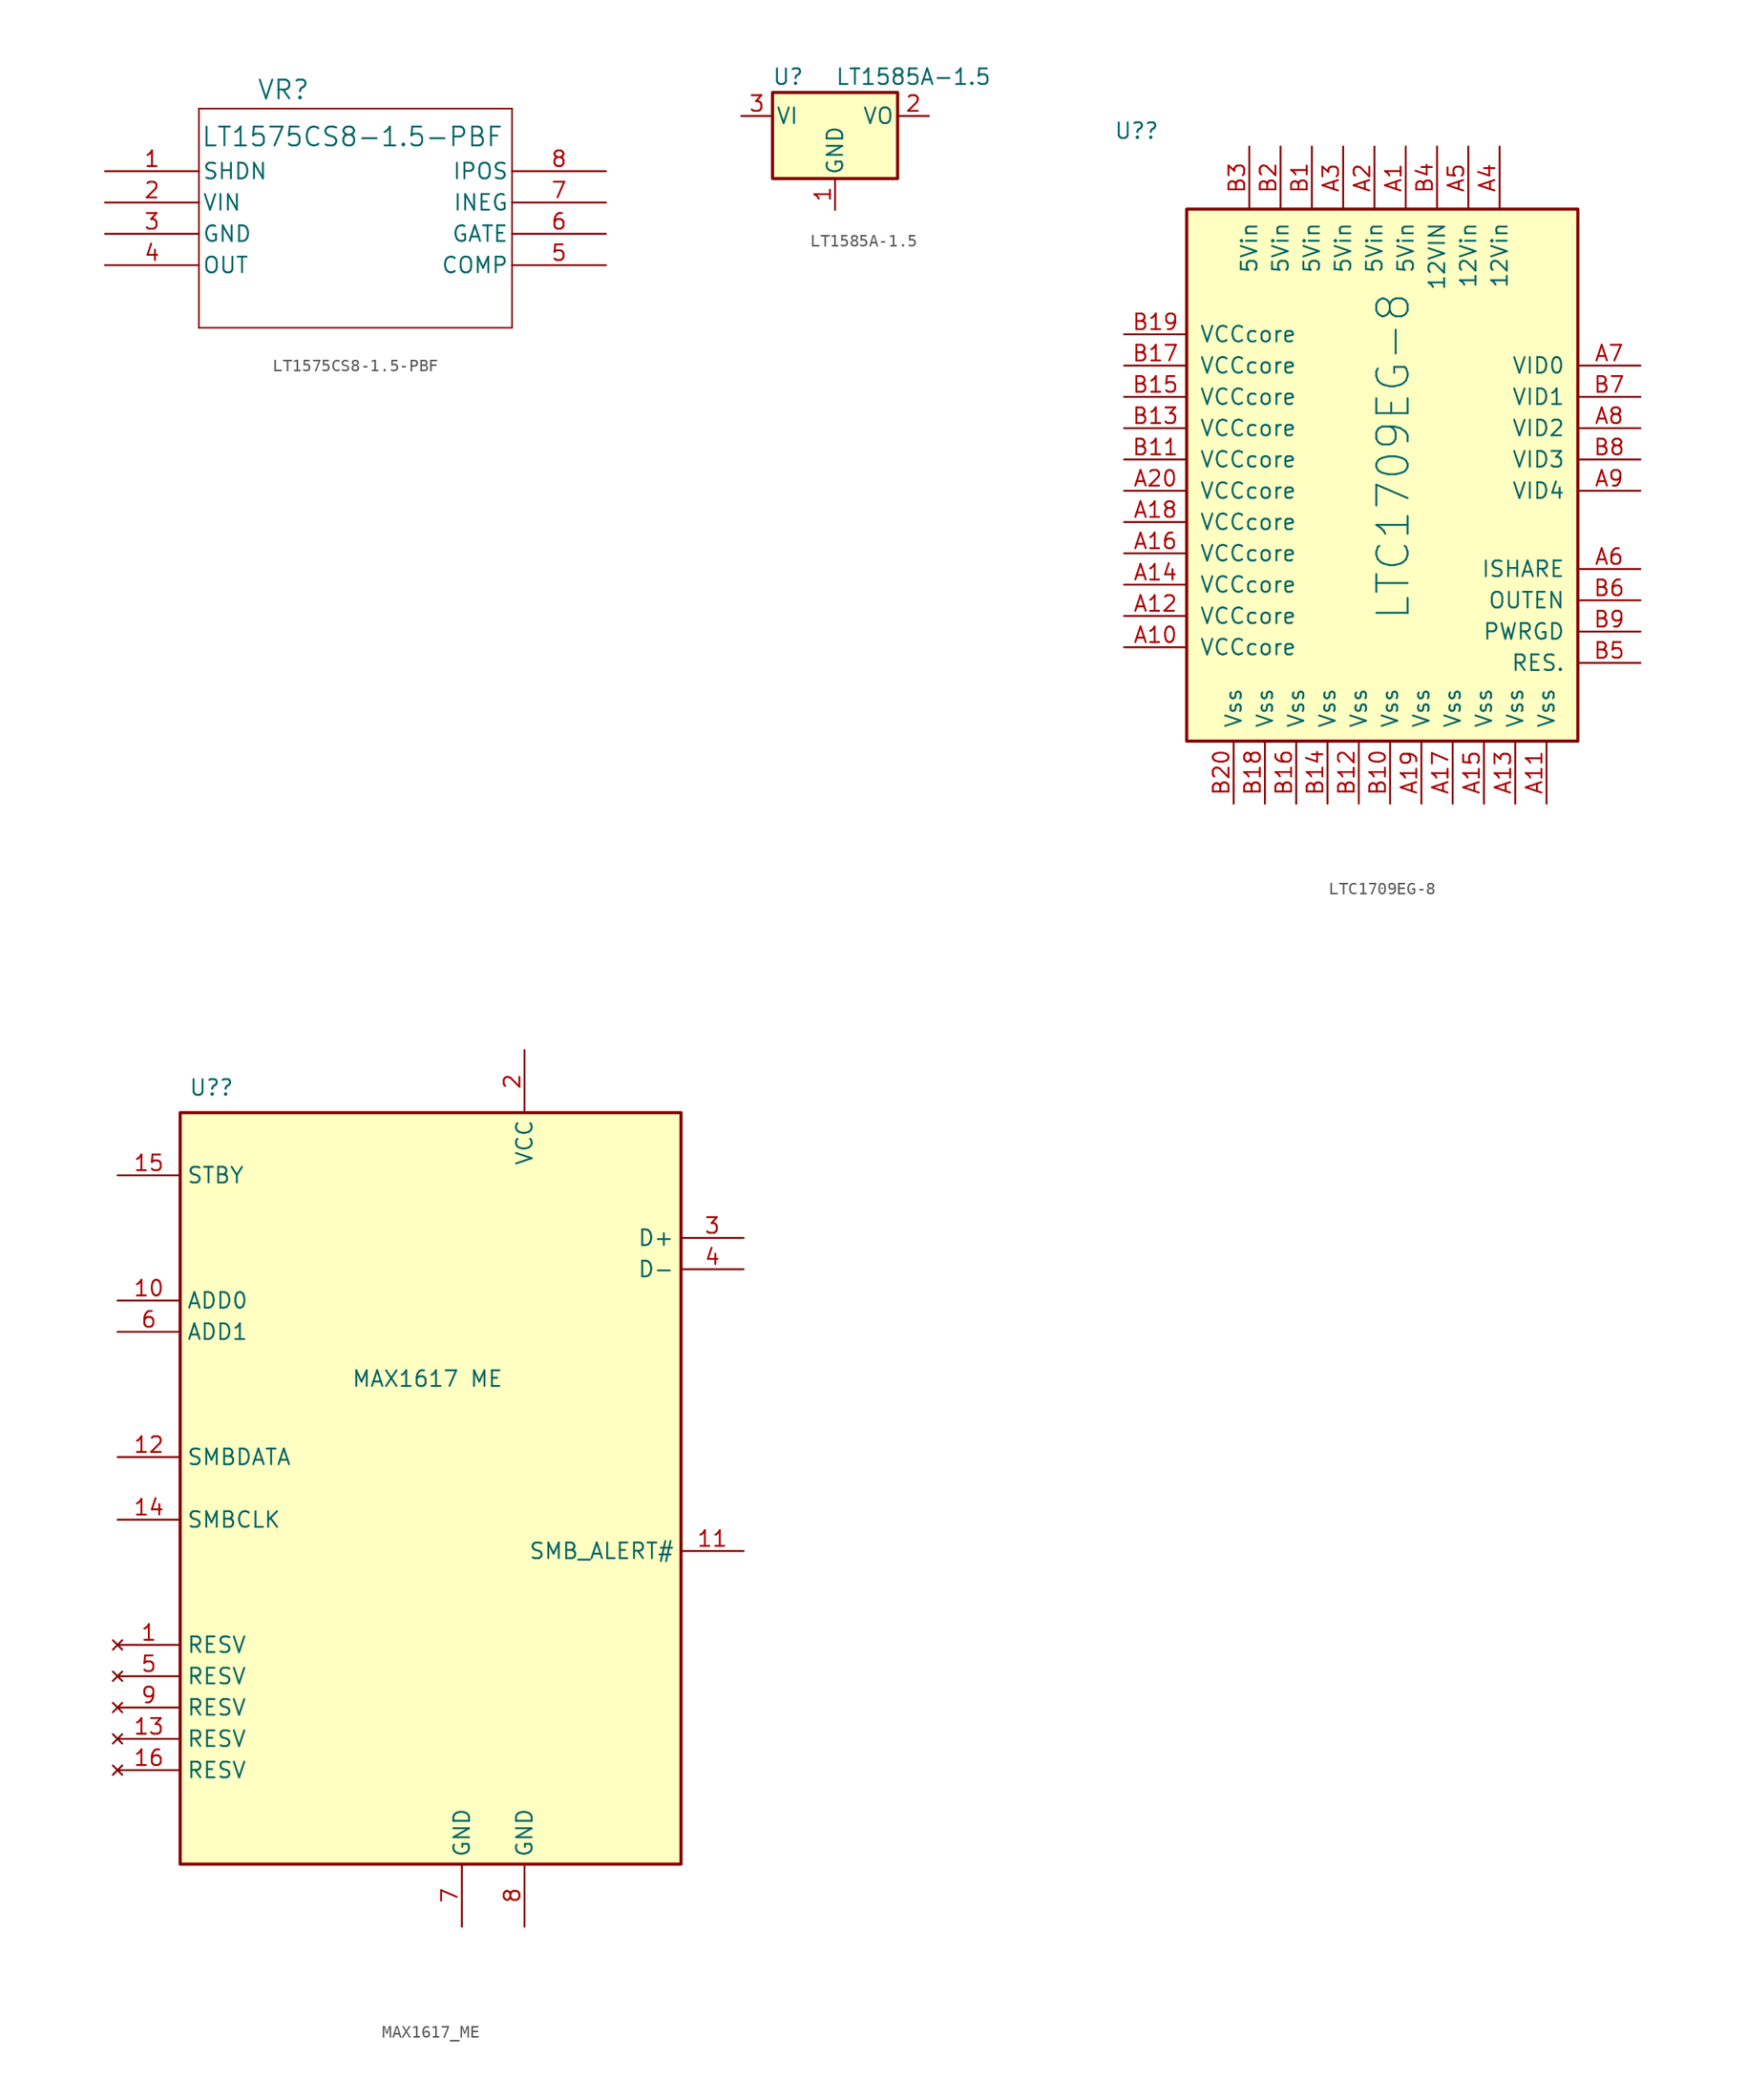
<source format=kicad_sym>
(kicad_symbol_lib
  (version 20240819)
  (generator "kicad_symbol_editor")
  (generator_version "8.99")
  (symbol "LT1575CS8-1.5-PBF"
    (pin_names
      (offset 0.254))
    (property "Reference" "VR"
      (at 14.478 6.604 0)
      (effects (font (size 1.524 1.524))))
    (property "Value" "LT1575CS8-1.5-PBF"
      (at 20.066 2.794 0)
      (effects (font (size 1.524 1.524))))
    (property "ki_locked" ""
      (at 0 0 0)
      (effects (font (size 1.27 1.27))))
    (symbol "LT1575CS8-1.5-PBF_0_1"
      (polyline (pts (xy 7.62 5.08) (xy 7.62 -12.7)) (stroke (width 0.127) (type default)) (fill (type none)))
      (polyline (pts (xy 7.62 -12.7) (xy 33.02 -12.7)) (stroke (width 0.127) (type default)) (fill (type none)))
      (polyline (pts (xy 33.02 5.08) (xy 7.62 5.08)) (stroke (width 0.127) (type default)) (fill (type none)))
      (polyline (pts (xy 33.02 -12.7) (xy 33.02 5.08)) (stroke (width 0.127) (type default)) (fill (type none)))
      (pin unspecified line (at 0 0 0) (length 7.62) (name "SHDN" (effects (font (size 1.27 1.27)))) (number "1" (effects (font (size 1.27 1.27)))))
      (pin input line (at 0 -2.54 0) (length 7.62) (name "VIN" (effects (font (size 1.27 1.27)))) (number "2" (effects (font (size 1.27 1.27)))))
      (pin power_in line (at 0 -5.08 0) (length 7.62) (name "GND" (effects (font (size 1.27 1.27)))) (number "3" (effects (font (size 1.27 1.27)))))
      (pin output line (at 0 -7.62 0) (length 7.62) (name "OUT" (effects (font (size 1.27 1.27)))) (number "4" (effects (font (size 1.27 1.27)))))
      (pin unspecified line (at 40.64 0 180) (length 7.62) (name "IPOS" (effects (font (size 1.27 1.27)))) (number "8" (effects (font (size 1.27 1.27)))))
      (pin unspecified line (at 40.64 -2.54 180) (length 7.62) (name "INEG" (effects (font (size 1.27 1.27)))) (number "7" (effects (font (size 1.27 1.27)))))
      (pin output line (at 40.64 -5.08 180) (length 7.62) (name "GATE" (effects (font (size 1.27 1.27)))) (number "6" (effects (font (size 1.27 1.27)))))
      (pin unspecified line (at 40.64 -7.62 180) (length 7.62) (name "COMP" (effects (font (size 1.27 1.27)))) (number "5" (effects (font (size 1.27 1.27)))))))
  (symbol "LT1585A-1.5"
    (pin_names
      (offset 0.254))
    (property "Reference" "U"
      (at -3.81 3.175 0)
      (effects (font (size 1.27 1.27))))
    (property "Value" "LT1585A-1.5"
      (at 0 3.175 0)
      (effects (font (size 1.27 1.27)) (justify left)))
    (symbol "LT1585A-1.5_0_1"
      (rectangle (start -5.08 1.905) (end 5.08 -5.08) (stroke (width 0.254) (type default)) (fill (type background))))
    (symbol "LT1585A-1.5_1_1"
      (pin power_in line (at -7.62 0 0) (length 2.54) (name "VI" (effects (font (size 1.27 1.27)))) (number "3" (effects (font (size 1.27 1.27)))))
      (pin power_in line (at 0 -7.62 90) (length 2.54) (name "GND" (effects (font (size 1.27 1.27)))) (number "1" (effects (font (size 1.27 1.27)))))
      (pin power_out line (at 7.62 0 180) (length 2.54) (name "VO" (effects (font (size 1.27 1.27)))) (number "2" (effects (font (size 1.27 1.27)))))))
  (symbol "LTC1709EG-8"
    (pin_names
      (offset 1.016))
    (property "Reference" "U?"
      (at -20.574 27.94 0)
      (effects (font (size 1.27 1.27))))
    (property "Value" "LTC1709EG-8"
      (at 0.254 1.524 90)
      (effects (font (size 2.54 2.54))))
    (symbol "LTC1709EG-8_0_1"
      (rectangle (start -16.51 21.59) (end 15.24 -21.59) (stroke (width 0.254) (type default)) (fill (type background))))
    (symbol "LTC1709EG-8_1_1"
      (pin power_out line (at -21.59 11.43 0) (length 5.08) (name "VCCcore" (effects (font (size 1.27 1.27)))) (number "B19" (effects (font (size 1.27 1.27)))))
      (pin power_out line (at -21.59 8.89 0) (length 5.08) (name "VCCcore" (effects (font (size 1.27 1.27)))) (number "B17" (effects (font (size 1.27 1.27)))))
      (pin power_out line (at -21.59 6.35 0) (length 5.08) (name "VCCcore" (effects (font (size 1.27 1.27)))) (number "B15" (effects (font (size 1.27 1.27)))))
      (pin power_out line (at -21.59 3.81 0) (length 5.08) (name "VCCcore" (effects (font (size 1.27 1.27)))) (number "B13" (effects (font (size 1.27 1.27)))))
      (pin power_out line (at -21.59 1.27 0) (length 5.08) (name "VCCcore" (effects (font (size 1.27 1.27)))) (number "B11" (effects (font (size 1.27 1.27)))))
      (pin power_out line (at -21.59 -1.27 0) (length 5.08) (name "VCCcore" (effects (font (size 1.27 1.27)))) (number "A20" (effects (font (size 1.27 1.27)))))
      (pin power_out line (at -21.59 -3.81 0) (length 5.08) (name "VCCcore" (effects (font (size 1.27 1.27)))) (number "A18" (effects (font (size 1.27 1.27)))))
      (pin power_out line (at -21.59 -6.35 0) (length 5.08) (name "VCCcore" (effects (font (size 1.27 1.27)))) (number "A16" (effects (font (size 1.27 1.27)))))
      (pin power_out line (at -21.59 -8.89 0) (length 5.08) (name "VCCcore" (effects (font (size 1.27 1.27)))) (number "A14" (effects (font (size 1.27 1.27)))))
      (pin power_out line (at -21.59 -11.43 0) (length 5.08) (name "VCCcore" (effects (font (size 1.27 1.27)))) (number "A12" (effects (font (size 1.27 1.27)))))
      (pin power_out line (at -21.59 -13.97 0) (length 5.08) (name "VCCcore" (effects (font (size 1.27 1.27)))) (number "A10" (effects (font (size 1.27 1.27)))))
      (pin power_out line (at -12.7 -26.67 90) (length 5.08) (name "Vss" (effects (font (size 1.27 1.27)))) (number "B20" (effects (font (size 1.27 1.27)))))
      (pin power_in line (at -11.43 26.67 270) (length 5.08) (name "5Vin" (effects (font (size 1.27 1.27)))) (number "B3" (effects (font (size 1.27 1.27)))))
      (pin power_out line (at -10.16 -26.67 90) (length 5.08) (name "Vss" (effects (font (size 1.27 1.27)))) (number "B18" (effects (font (size 1.27 1.27)))))
      (pin power_in line (at -8.89 26.67 270) (length 5.08) (name "5Vin" (effects (font (size 1.27 1.27)))) (number "B2" (effects (font (size 1.27 1.27)))))
      (pin power_out line (at -7.62 -26.67 90) (length 5.08) (name "Vss" (effects (font (size 1.27 1.27)))) (number "B16" (effects (font (size 1.27 1.27)))))
      (pin power_in line (at -6.35 26.67 270) (length 5.08) (name "5Vin" (effects (font (size 1.27 1.27)))) (number "B1" (effects (font (size 1.27 1.27)))))
      (pin power_out line (at -5.08 -26.67 90) (length 5.08) (name "Vss" (effects (font (size 1.27 1.27)))) (number "B14" (effects (font (size 1.27 1.27)))))
      (pin power_in line (at -3.81 26.67 270) (length 5.08) (name "5Vin" (effects (font (size 1.27 1.27)))) (number "A3" (effects (font (size 1.27 1.27)))))
      (pin power_out line (at -2.54 -26.67 90) (length 5.08) (name "Vss" (effects (font (size 1.27 1.27)))) (number "B12" (effects (font (size 1.27 1.27)))))
      (pin power_in line (at -1.27 26.67 270) (length 5.08) (name "5Vin" (effects (font (size 1.27 1.27)))) (number "A2" (effects (font (size 1.27 1.27)))))
      (pin power_out line (at 0 -26.67 90) (length 5.08) (name "Vss" (effects (font (size 1.27 1.27)))) (number "B10" (effects (font (size 1.27 1.27)))))
      (pin power_in line (at 1.27 26.67 270) (length 5.08) (name "5Vin" (effects (font (size 1.27 1.27)))) (number "A1" (effects (font (size 1.27 1.27)))))
      (pin power_out line (at 2.54 -26.67 90) (length 5.08) (name "Vss" (effects (font (size 1.27 1.27)))) (number "A19" (effects (font (size 1.27 1.27)))))
      (pin power_in line (at 3.81 26.67 270) (length 5.08) (name "12VIN" (effects (font (size 1.27 1.27)))) (number "B4" (effects (font (size 1.27 1.27)))))
      (pin power_out line (at 5.08 -26.67 90) (length 5.08) (name "Vss" (effects (font (size 1.27 1.27)))) (number "A17" (effects (font (size 1.27 1.27)))))
      (pin power_in line (at 6.35 26.67 270) (length 5.08) (name "12Vin" (effects (font (size 1.27 1.27)))) (number "A5" (effects (font (size 1.27 1.27)))))
      (pin power_out line (at 7.62 -26.67 90) (length 5.08) (name "Vss" (effects (font (size 1.27 1.27)))) (number "A15" (effects (font (size 1.27 1.27)))))
      (pin power_in line (at 8.89 26.67 270) (length 5.08) (name "12Vin" (effects (font (size 1.27 1.27)))) (number "A4" (effects (font (size 1.27 1.27)))))
      (pin power_out line (at 10.16 -26.67 90) (length 5.08) (name "Vss" (effects (font (size 1.27 1.27)))) (number "A13" (effects (font (size 1.27 1.27)))))
      (pin power_out line (at 12.7 -26.67 90) (length 5.08) (name "Vss" (effects (font (size 1.27 1.27)))) (number "A11" (effects (font (size 1.27 1.27)))))
      (pin input line (at 20.32 8.89 180) (length 5.08) (name "VID0" (effects (font (size 1.27 1.27)))) (number "A7" (effects (font (size 1.27 1.27)))))
      (pin input line (at 20.32 6.35 180) (length 5.08) (name "VID1" (effects (font (size 1.27 1.27)))) (number "B7" (effects (font (size 1.27 1.27)))))
      (pin input line (at 20.32 3.81 180) (length 5.08) (name "VID2" (effects (font (size 1.27 1.27)))) (number "A8" (effects (font (size 1.27 1.27)))))
      (pin input line (at 20.32 1.27 180) (length 5.08) (name "VID3" (effects (font (size 1.27 1.27)))) (number "B8" (effects (font (size 1.27 1.27)))))
      (pin input line (at 20.32 -1.27 180) (length 5.08) (name "VID4" (effects (font (size 1.27 1.27)))) (number "A9" (effects (font (size 1.27 1.27)))))
      (pin unspecified line (at 20.32 -7.62 180) (length 5.08) (name "ISHARE" (effects (font (size 1.27 1.27)))) (number "A6" (effects (font (size 1.27 1.27)))))
      (pin unspecified line (at 20.32 -10.16 180) (length 5.08) (name "OUTEN" (effects (font (size 1.27 1.27)))) (number "B6" (effects (font (size 1.27 1.27)))))
      (pin input line (at 20.32 -12.7 180) (length 5.08) (name "PWRGD" (effects (font (size 1.27 1.27)))) (number "B9" (effects (font (size 1.27 1.27)))))
      (pin unspecified line (at 20.32 -15.24 180) (length 5.08) (name "RES." (effects (font (size 1.27 1.27)))) (number "B5" (effects (font (size 1.27 1.27)))))))
  (symbol "MAX1617_ME"
    (property "Reference" "U?"
      (at -17.78 32.512 0)
      (effects (font (size 1.27 1.27))))
    (property "Value" "MAX1617 ME"
      (at -0.254 8.89 0)
      (effects (font (size 1.27 1.27))))
    (symbol "MAX1617_ME_0_1"
      (rectangle (start -20.32 30.48) (end 20.32 -30.48) (stroke (width 0.254) (type default)) (fill (type background))))
    (symbol "MAX1617_ME_1_1"
      (pin input line (at -25.4 25.4 0) (length 5.08) (name "STBY" (effects (font (size 1.27 1.27)))) (number "15" (effects (font (size 1.27 1.27)))))
      (pin unspecified line (at -25.4 15.24 0) (length 5.08) (name "ADD0" (effects (font (size 1.27 1.27)))) (number "10" (effects (font (size 1.27 1.27)))))
      (pin unspecified line (at -25.4 12.7 0) (length 5.08) (name "ADD1" (effects (font (size 1.27 1.27)))) (number "6" (effects (font (size 1.27 1.27)))))
      (pin bidirectional line (at -25.4 2.54 0) (length 5.08) (name "SMBDATA" (effects (font (size 1.27 1.27)))) (number "12" (effects (font (size 1.27 1.27)))))
      (pin bidirectional line (at -25.4 -2.54 0) (length 5.08) (name "SMBCLK" (effects (font (size 1.27 1.27)))) (number "14" (effects (font (size 1.27 1.27)))))
      (pin no_connect line (at -25.4 -12.7 0) (length 5.08) (name "RESV" (effects (font (size 1.27 1.27)))) (number "1" (effects (font (size 1.27 1.27)))))
      (pin no_connect line (at -25.4 -15.24 0) (length 5.08) (name "RESV" (effects (font (size 1.27 1.27)))) (number "5" (effects (font (size 1.27 1.27)))))
      (pin no_connect line (at -25.4 -17.78 0) (length 5.08) (name "RESV" (effects (font (size 1.27 1.27)))) (number "9" (effects (font (size 1.27 1.27)))))
      (pin no_connect line (at -25.4 -20.32 0) (length 5.08) (name "RESV" (effects (font (size 1.27 1.27)))) (number "13" (effects (font (size 1.27 1.27)))))
      (pin no_connect line (at -25.4 -22.86 0) (length 5.08) (name "RESV" (effects (font (size 1.27 1.27)))) (number "16" (effects (font (size 1.27 1.27)))))
      (pin power_in line (at 2.54 -35.56 90) (length 5.08) (name "GND" (effects (font (size 1.27 1.27)))) (number "7" (effects (font (size 1.27 1.27)))))
      (pin power_in line (at 7.62 35.56 270) (length 5.08) (name "VCC" (effects (font (size 1.27 1.27)))) (number "2" (effects (font (size 1.27 1.27)))))
      (pin power_in line (at 7.62 -35.56 90) (length 5.08) (name "GND" (effects (font (size 1.27 1.27)))) (number "8" (effects (font (size 1.27 1.27)))))
      (pin input line (at 25.4 20.32 180) (length 5.08) (name "D+" (effects (font (size 1.27 1.27)))) (number "3" (effects (font (size 1.27 1.27)))))
      (pin input line (at 25.4 17.78 180) (length 5.08) (name "D-" (effects (font (size 1.27 1.27)))) (number "4" (effects (font (size 1.27 1.27)))))
      (pin output line (at 25.4 -5.08 180) (length 5.08) (name "SMB_ALERT#" (effects (font (size 1.27 1.27)))) (number "11" (effects (font (size 1.27 1.27))))))))
</source>
